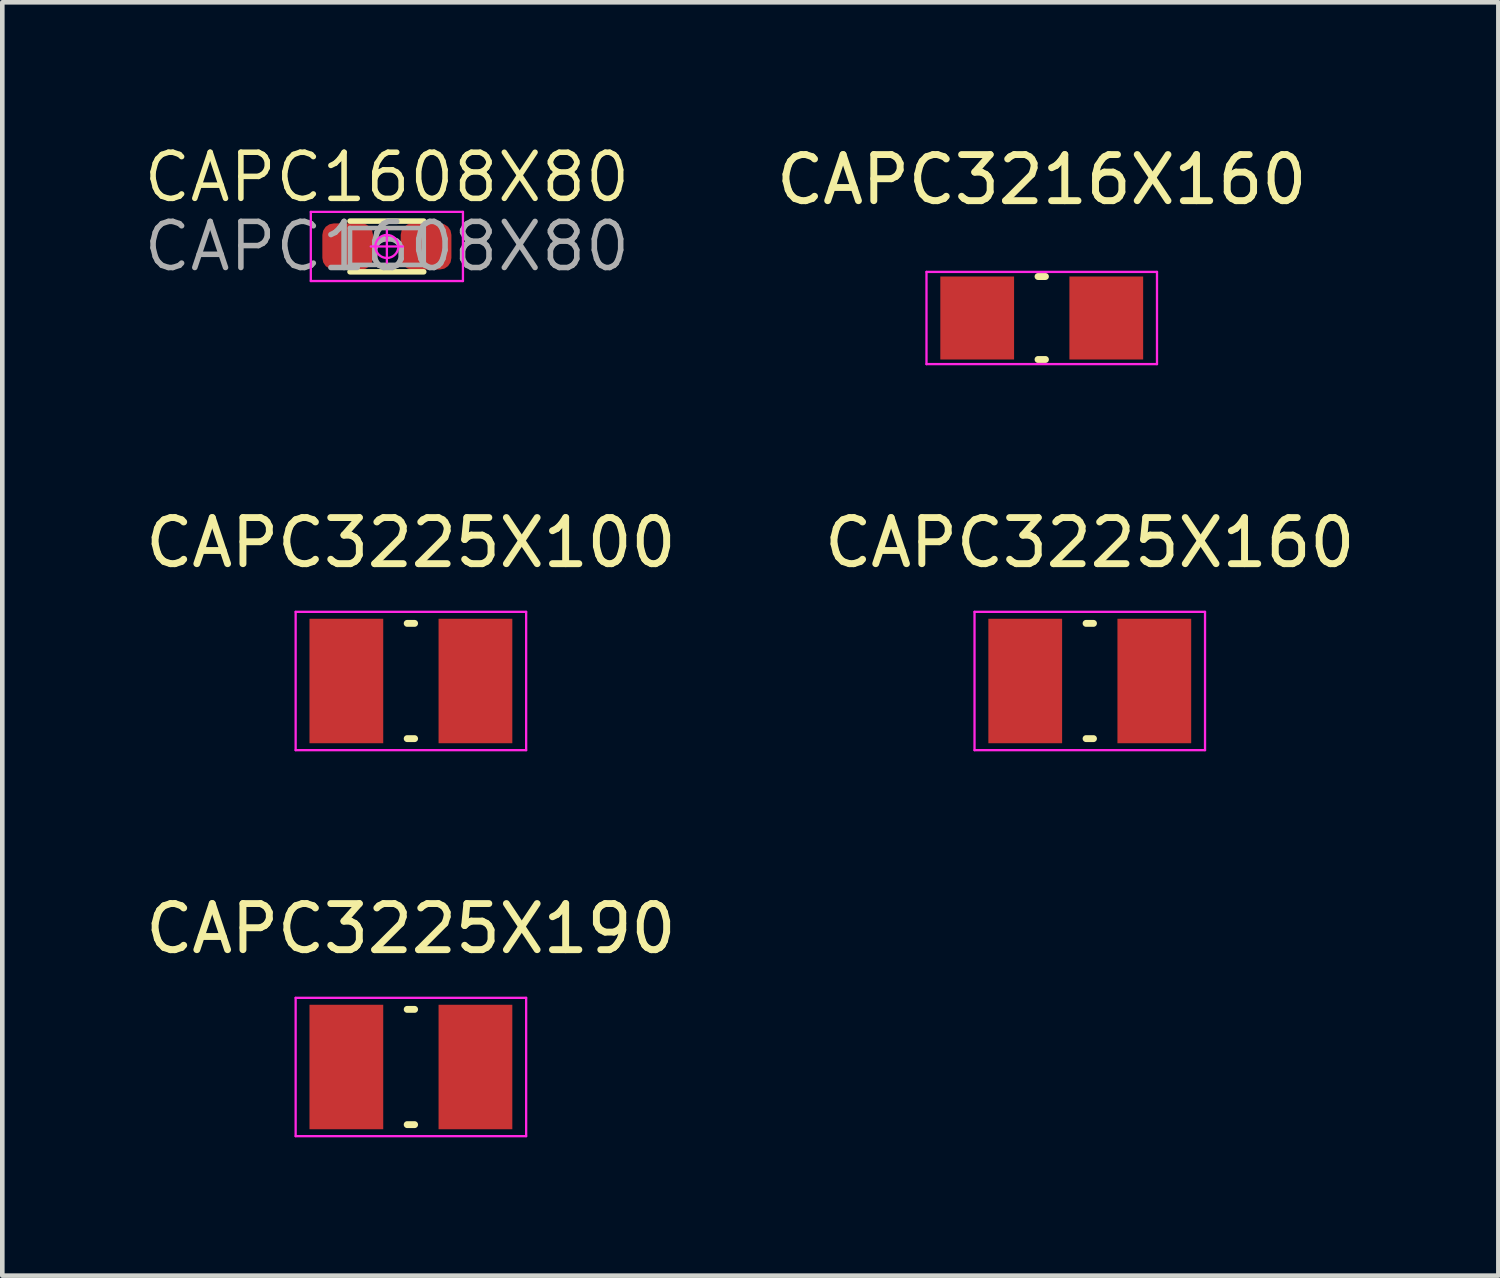
<source format=kicad_pcb>
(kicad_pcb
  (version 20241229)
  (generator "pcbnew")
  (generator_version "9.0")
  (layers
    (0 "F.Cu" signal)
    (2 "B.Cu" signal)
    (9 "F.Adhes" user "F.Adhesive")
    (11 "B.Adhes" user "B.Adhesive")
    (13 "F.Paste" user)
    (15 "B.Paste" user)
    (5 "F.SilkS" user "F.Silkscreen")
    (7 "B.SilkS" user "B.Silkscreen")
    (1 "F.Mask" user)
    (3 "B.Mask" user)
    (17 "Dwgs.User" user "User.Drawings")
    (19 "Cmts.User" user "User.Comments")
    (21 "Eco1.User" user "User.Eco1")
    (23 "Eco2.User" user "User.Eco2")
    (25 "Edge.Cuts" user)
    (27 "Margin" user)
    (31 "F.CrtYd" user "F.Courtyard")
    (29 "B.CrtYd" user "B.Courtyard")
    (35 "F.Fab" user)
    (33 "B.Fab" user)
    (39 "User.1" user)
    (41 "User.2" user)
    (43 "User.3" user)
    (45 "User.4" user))
  (footprint "CAPC3225X100"
    (layer "F.Cu")
    (at 5.863 11.722)
    (property "Reference" "CAPC3225X100" (at 0 -3 0) (layer "F.SilkS") (effects (font (size 1 1) (thickness 0.15))))
    (attr through_hole)
    (fp_line (start -0.08 1.25) (end 0.08 1.25) (stroke (width 0.15) (type solid)) (layer "F.SilkS"))
    (fp_line (start 0.08 -1.25) (end -0.08 -1.25) (stroke (width 0.15) (type solid)) (layer "F.SilkS"))
    (fp_line (start -2.5 -1.5) (end -2.5 1.5) (stroke (width 0.05) (type solid)) (layer "F.CrtYd"))
    (fp_line (start -2.5 -1.5) (end 2.5 -1.5) (stroke (width 0.05) (type solid)) (layer "F.CrtYd"))
    (fp_line (start -2.5 1.5) (end 2.5 1.5) (stroke (width 0.05) (type solid)) (layer "F.CrtYd"))
    (fp_line (start 2.5 -1.5) (end 2.5 1.5) (stroke (width 0.05) (type solid)) (layer "F.CrtYd"))
    (pad "1" smd rect (at -1.4 0) (size 1.6 2.7) (layers "F.Cu" "F.Mask" "F.Paste"))
    (pad "2" smd rect (at 1.4 0) (size 1.6 2.7) (layers "F.Cu" "F.Mask" "F.Paste")))
  (footprint "CAPC3216X160"
    (layer "F.Cu")
    (at 19.547 3.848)
    (property "Reference" "CAPC3216X160" (at 0 -3 0) (layer "F.SilkS") (effects (font (size 1 1) (thickness 0.15))))
    (attr smd)
    (fp_line (start -0.08 0.9) (end 0.08 0.9) (stroke (width 0.15) (type solid)) (layer "F.SilkS"))
    (fp_line (start 0.08 -0.9) (end -0.08 -0.9) (stroke (width 0.15) (type solid)) (layer "F.SilkS"))
    (fp_line (start -2.5 -1) (end -2.5 1) (stroke (width 0.05) (type solid)) (layer "F.CrtYd"))
    (fp_line (start -2.5 -1) (end 2.5 -1) (stroke (width 0.05) (type solid)) (layer "F.CrtYd"))
    (fp_line (start -2.5 1) (end 2.5 1) (stroke (width 0.05) (type solid)) (layer "F.CrtYd"))
    (fp_line (start 2.5 -1) (end 2.5 1) (stroke (width 0.05) (type solid)) (layer "F.CrtYd"))
    (pad "1" smd rect (at -1.4 0) (size 1.6 1.8) (layers "F.Cu" "F.Mask" "F.Paste"))
    (pad "2" smd rect (at 1.4 0) (size 1.6 1.8) (layers "F.Cu" "F.Mask" "F.Paste")))
  (footprint "CAPC1608X80"
    (layer "F.Cu")
    (at 5.342 2.296)
    (property "Reference" "CAPC1608X80" (at 0 -1.5 0) (layer "F.SilkS") (effects (font (size 1 1) (thickness 0.12))))
    (attr smd)
    (fp_line (start -0.8 -0.55) (end 0.8 -0.55) (stroke (width 0.12) (type solid)) (layer "F.SilkS"))
    (fp_line (start 0.8 0.55) (end -0.8 0.55) (stroke (width 0.12) (type solid)) (layer "F.SilkS"))
    (fp_line (start -1.65 -0.75) (end -1.65 0.75) (stroke (width 0.05) (type solid)) (layer "F.CrtYd"))
    (fp_line (start -1.65 0.75) (end 1.65 0.75) (stroke (width 0.05) (type solid)) (layer "F.CrtYd"))
    (fp_line (start 0 -0.35) (end 0 0.35) (stroke (width 0.05) (type solid)) (layer "F.CrtYd"))
    (fp_line (start 0.35 0) (end -0.35 0) (stroke (width 0.05) (type solid)) (layer "F.CrtYd"))
    (fp_line (start 1.65 -0.75) (end -1.65 -0.75) (stroke (width 0.05) (type solid)) (layer "F.CrtYd"))
    (fp_line (start 1.65 0.75) (end 1.65 -0.75) (stroke (width 0.05) (type solid)) (layer "F.CrtYd"))
    (fp_circle (center 0 0) (end 0.25 0) (stroke (width 0.05) (type solid)) (fill no) (layer "F.CrtYd"))
    (fp_line (start -0.8 -0.4) (end -0.8 0.4) (stroke (width 0.1) (type solid)) (layer "F.Fab"))
    (fp_line (start -0.8 0.4) (end 0.8 0.4) (stroke (width 0.1) (type solid)) (layer "F.Fab"))
    (fp_line (start 0.8 -0.4) (end -0.8 -0.4) (stroke (width 0.1) (type solid)) (layer "F.Fab"))
    (fp_line (start 0.8 0.4) (end 0.8 -0.4) (stroke (width 0.1) (type solid)) (layer "F.Fab"))
    (fp_text user "${REFERENCE}" (at 0 0 0) (layer "F.Fab") (effects (font (size 1 1) (thickness 0.12))))
    (pad "1" smd roundrect (at -0.85 0) (size 1.1 1) (layers "F.Cu" "F.Mask" "F.Paste") (roundrect_rratio 0.25))
    (pad "2" smd roundrect (at 0.85 0) (size 1.1 1) (layers "F.Cu" "F.Mask" "F.Paste") (roundrect_rratio 0.25)))
  (footprint "CAPC3225X190"
    (layer "F.Cu")
    (at 5.863 20.095)
    (property "Reference" "CAPC3225X190" (at 0 -3 0) (layer "F.SilkS") (effects (font (size 1 1) (thickness 0.15))))
    (attr smd)
    (fp_line (start -0.08 1.25) (end 0.08 1.25) (stroke (width 0.15) (type solid)) (layer "F.SilkS"))
    (fp_line (start 0.08 -1.25) (end -0.08 -1.25) (stroke (width 0.15) (type solid)) (layer "F.SilkS"))
    (fp_line (start -2.5 -1.5) (end -2.5 1.5) (stroke (width 0.05) (type solid)) (layer "F.CrtYd"))
    (fp_line (start -2.5 -1.5) (end 2.5 -1.5) (stroke (width 0.05) (type solid)) (layer "F.CrtYd"))
    (fp_line (start -2.5 1.5) (end 2.5 1.5) (stroke (width 0.05) (type solid)) (layer "F.CrtYd"))
    (fp_line (start 2.5 -1.5) (end 2.5 1.5) (stroke (width 0.05) (type solid)) (layer "F.CrtYd"))
    (pad "1" smd rect (at -1.4 0) (size 1.6 2.7) (layers "F.Cu" "F.Mask" "F.Paste"))
    (pad "2" smd rect (at 1.4 0) (size 1.6 2.7) (layers "F.Cu" "F.Mask" "F.Paste")))
  (footprint "CAPC3225X160"
    (layer "F.Cu")
    (at 20.589 11.722)
    (property "Reference" "CAPC3225X160" (at 0 -3 0) (layer "F.SilkS") (effects (font (size 1 1) (thickness 0.15))))
    (attr smd)
    (fp_line (start -0.08 1.25) (end 0.08 1.25) (stroke (width 0.15) (type solid)) (layer "F.SilkS"))
    (fp_line (start 0.08 -1.25) (end -0.08 -1.25) (stroke (width 0.15) (type solid)) (layer "F.SilkS"))
    (fp_line (start -2.5 -1.5) (end -2.5 1.5) (stroke (width 0.05) (type solid)) (layer "F.CrtYd"))
    (fp_line (start -2.5 -1.5) (end 2.5 -1.5) (stroke (width 0.05) (type solid)) (layer "F.CrtYd"))
    (fp_line (start -2.5 1.5) (end 2.5 1.5) (stroke (width 0.05) (type solid)) (layer "F.CrtYd"))
    (fp_line (start 2.5 -1.5) (end 2.5 1.5) (stroke (width 0.05) (type solid)) (layer "F.CrtYd"))
    (pad "1" smd rect (at -1.4 0) (size 1.6 2.7) (layers "F.Cu" "F.Mask" "F.Paste"))
    (pad "2" smd rect (at 1.4 0) (size 1.6 2.7) (layers "F.Cu" "F.Mask" "F.Paste")))
  (gr_rect
    (start -3 -3)
    (end 29.452 24.62)
    (stroke (width 0.1) (type default))
    (fill no)
    (layer "Edge.Cuts")))
</source>
